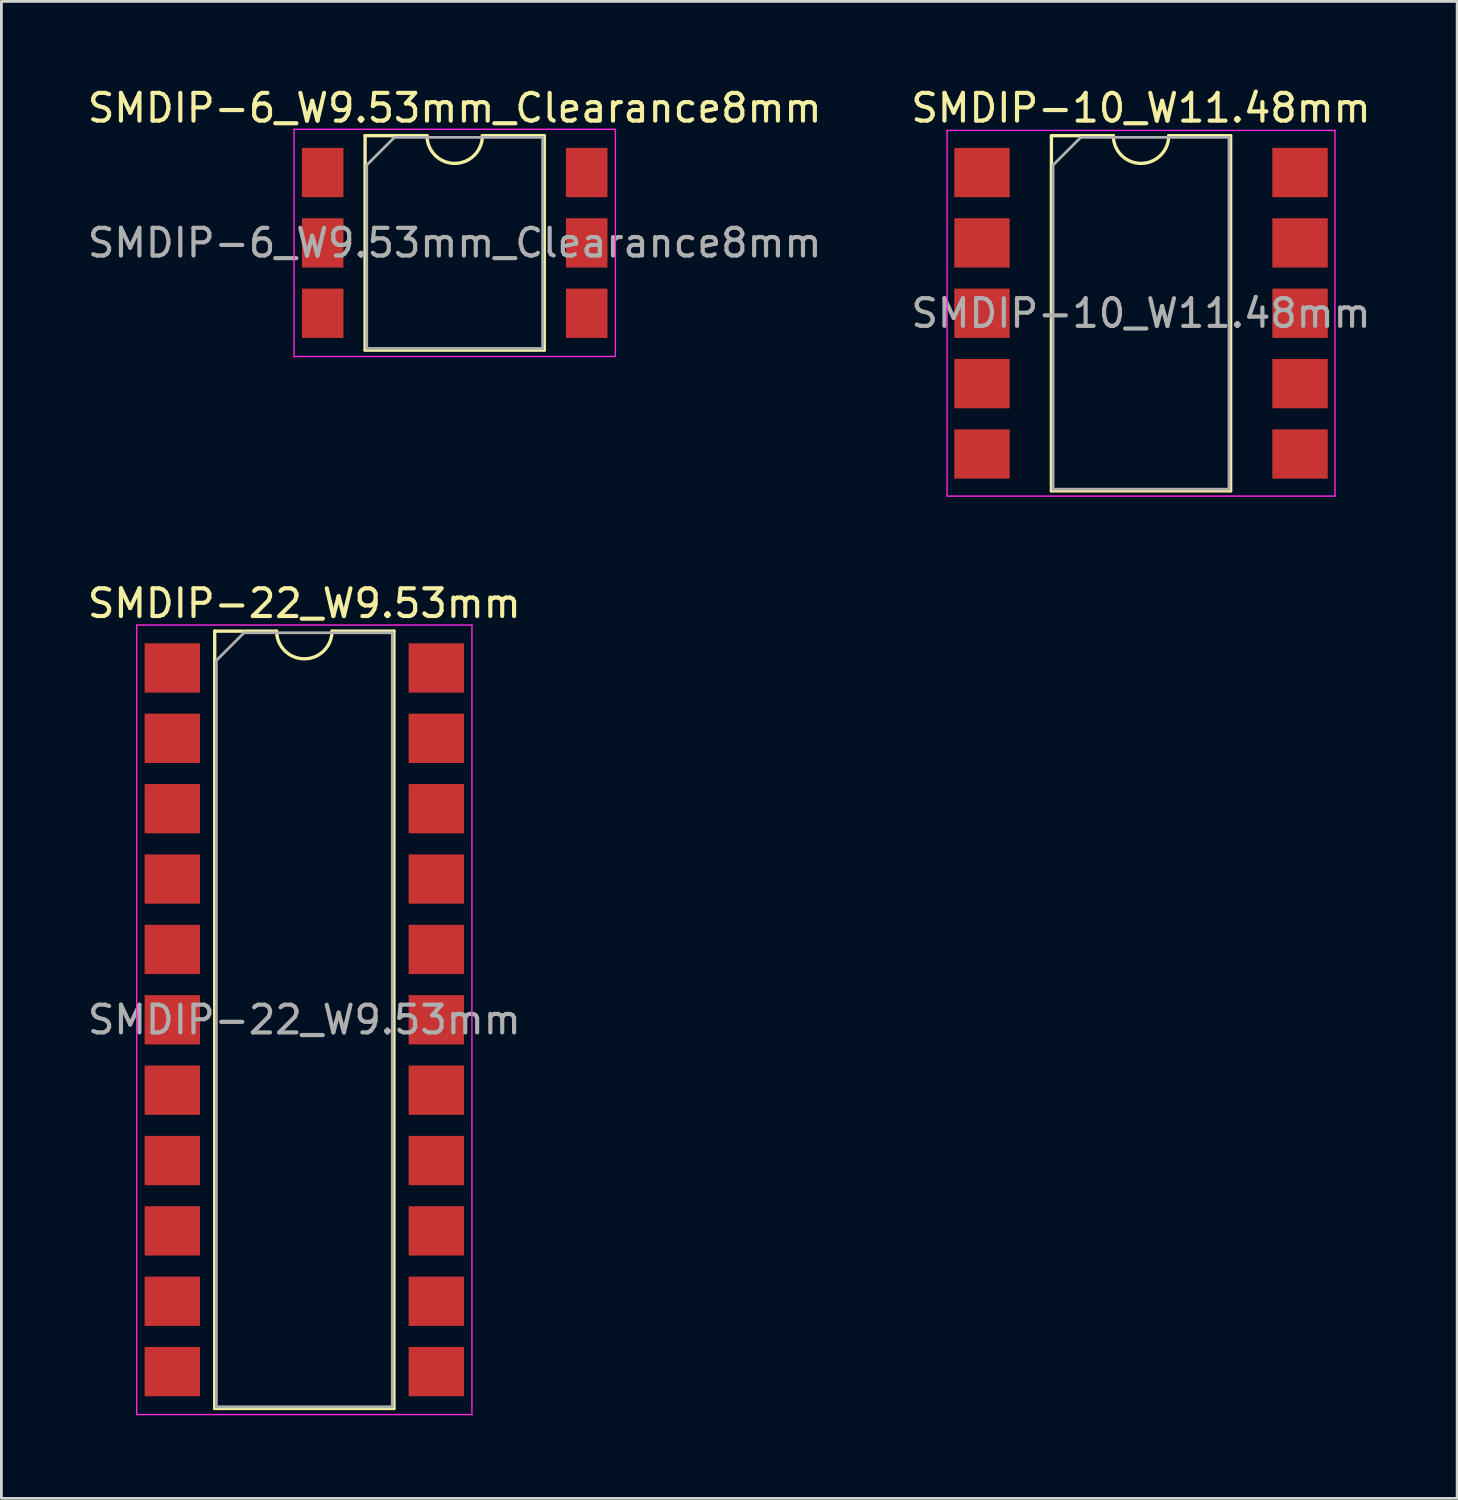
<source format=kicad_pcb>
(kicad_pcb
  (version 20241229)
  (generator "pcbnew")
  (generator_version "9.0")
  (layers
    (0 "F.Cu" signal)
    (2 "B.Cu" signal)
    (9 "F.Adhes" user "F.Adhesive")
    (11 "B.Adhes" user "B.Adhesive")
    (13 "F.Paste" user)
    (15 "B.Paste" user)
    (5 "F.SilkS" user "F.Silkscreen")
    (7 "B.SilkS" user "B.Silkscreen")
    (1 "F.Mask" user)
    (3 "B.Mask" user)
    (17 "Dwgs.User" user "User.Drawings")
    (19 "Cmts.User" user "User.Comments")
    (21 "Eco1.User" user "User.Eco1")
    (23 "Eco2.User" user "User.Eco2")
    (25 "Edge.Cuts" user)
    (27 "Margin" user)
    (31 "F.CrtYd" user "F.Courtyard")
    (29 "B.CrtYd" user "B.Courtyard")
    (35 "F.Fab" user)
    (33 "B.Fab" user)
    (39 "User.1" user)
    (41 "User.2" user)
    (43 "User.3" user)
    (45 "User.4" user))
  (footprint "SMDIP-22_W9.53mm"
    (layer "F.Cu")
    (at 7.935 33.761)
    (property "Reference" "SMDIP-22_W9.53mm" (at 0 -15.03 0) (layer "F.SilkS") (effects (font (size 1 1) (thickness 0.15))))
    (attr smd)
    (fp_line (start -3.235 -14.03) (end -3.235 14.03) (stroke (width 0.12) (type solid)) (layer "F.SilkS"))
    (fp_line (start -3.235 14.03) (end 3.235 14.03) (stroke (width 0.12) (type solid)) (layer "F.SilkS"))
    (fp_line (start -1 -14.03) (end -3.235 -14.03) (stroke (width 0.12) (type solid)) (layer "F.SilkS"))
    (fp_line (start 3.235 -14.03) (end 1 -14.03) (stroke (width 0.12) (type solid)) (layer "F.SilkS"))
    (fp_line (start 3.235 14.03) (end 3.235 -14.03) (stroke (width 0.12) (type solid)) (layer "F.SilkS"))
    (fp_arc (start 1 -14.03) (mid 0 -13.03) (end -1 -14.03) (stroke (width 0.12) (type solid)) (layer "F.SilkS"))
    (fp_line (start -6.05 -14.25) (end -6.05 14.25) (stroke (width 0.05) (type solid)) (layer "F.CrtYd"))
    (fp_line (start -6.05 14.25) (end 6.05 14.25) (stroke (width 0.05) (type solid)) (layer "F.CrtYd"))
    (fp_line (start 6.05 -14.25) (end -6.05 -14.25) (stroke (width 0.05) (type solid)) (layer "F.CrtYd"))
    (fp_line (start 6.05 14.25) (end 6.05 -14.25) (stroke (width 0.05) (type solid)) (layer "F.CrtYd"))
    (fp_line (start -3.175 -12.97) (end -2.175 -13.97) (stroke (width 0.1) (type solid)) (layer "F.Fab"))
    (fp_line (start -3.175 13.97) (end -3.175 -12.97) (stroke (width 0.1) (type solid)) (layer "F.Fab"))
    (fp_line (start -2.175 -13.97) (end 3.175 -13.97) (stroke (width 0.1) (type solid)) (layer "F.Fab"))
    (fp_line (start 3.175 -13.97) (end 3.175 13.97) (stroke (width 0.1) (type solid)) (layer "F.Fab"))
    (fp_line (start 3.175 13.97) (end -3.175 13.97) (stroke (width 0.1) (type solid)) (layer "F.Fab"))
    (fp_text user "${REFERENCE}" (at 0 0 0) (layer "F.Fab") (effects (font (size 1 1) (thickness 0.15))))
    (pad "1" smd rect (at -4.765 -12.7) (size 2 1.78) (layers "F.Cu" "F.Mask" "F.Paste"))
    (pad "2" smd rect (at -4.765 -10.16) (size 2 1.78) (layers "F.Cu" "F.Mask" "F.Paste"))
    (pad "3" smd rect (at -4.765 -7.62) (size 2 1.78) (layers "F.Cu" "F.Mask" "F.Paste"))
    (pad "4" smd rect (at -4.765 -5.08) (size 2 1.78) (layers "F.Cu" "F.Mask" "F.Paste"))
    (pad "5" smd rect (at -4.765 -2.54) (size 2 1.78) (layers "F.Cu" "F.Mask" "F.Paste"))
    (pad "6" smd rect (at -4.765 0) (size 2 1.78) (layers "F.Cu" "F.Mask" "F.Paste"))
    (pad "7" smd rect (at -4.765 2.54) (size 2 1.78) (layers "F.Cu" "F.Mask" "F.Paste"))
    (pad "8" smd rect (at -4.765 5.08) (size 2 1.78) (layers "F.Cu" "F.Mask" "F.Paste"))
    (pad "9" smd rect (at -4.765 7.62) (size 2 1.78) (layers "F.Cu" "F.Mask" "F.Paste"))
    (pad "10" smd rect (at -4.765 10.16) (size 2 1.78) (layers "F.Cu" "F.Mask" "F.Paste"))
    (pad "11" smd rect (at -4.765 12.7) (size 2 1.78) (layers "F.Cu" "F.Mask" "F.Paste"))
    (pad "12" smd rect (at 4.765 12.7) (size 2 1.78) (layers "F.Cu" "F.Mask" "F.Paste"))
    (pad "13" smd rect (at 4.765 10.16) (size 2 1.78) (layers "F.Cu" "F.Mask" "F.Paste"))
    (pad "14" smd rect (at 4.765 7.62) (size 2 1.78) (layers "F.Cu" "F.Mask" "F.Paste"))
    (pad "15" smd rect (at 4.765 5.08) (size 2 1.78) (layers "F.Cu" "F.Mask" "F.Paste"))
    (pad "16" smd rect (at 4.765 2.54) (size 2 1.78) (layers "F.Cu" "F.Mask" "F.Paste"))
    (pad "17" smd rect (at 4.765 0) (size 2 1.78) (layers "F.Cu" "F.Mask" "F.Paste"))
    (pad "18" smd rect (at 4.765 -2.54) (size 2 1.78) (layers "F.Cu" "F.Mask" "F.Paste"))
    (pad "19" smd rect (at 4.765 -5.08) (size 2 1.78) (layers "F.Cu" "F.Mask" "F.Paste"))
    (pad "20" smd rect (at 4.765 -7.62) (size 2 1.78) (layers "F.Cu" "F.Mask" "F.Paste"))
    (pad "21" smd rect (at 4.765 -10.16) (size 2 1.78) (layers "F.Cu" "F.Mask" "F.Paste"))
    (pad "22" smd rect (at 4.765 -12.7) (size 2 1.78) (layers "F.Cu" "F.Mask" "F.Paste")))
  (footprint "SMDIP-6_W9.53mm_Clearance8mm"
    (layer "F.Cu")
    (at 13.363 5.718)
    (property "Reference" "SMDIP-6_W9.53mm_Clearance8mm" (at 0 -4.87 0) (layer "F.SilkS") (effects (font (size 1 1) (thickness 0.15))))
    (attr smd)
    (fp_line (start -3.235 -3.87) (end -3.235 3.87) (stroke (width 0.12) (type solid)) (layer "F.SilkS"))
    (fp_line (start -3.235 3.87) (end 3.235 3.87) (stroke (width 0.12) (type solid)) (layer "F.SilkS"))
    (fp_line (start -1 -3.87) (end -3.235 -3.87) (stroke (width 0.12) (type solid)) (layer "F.SilkS"))
    (fp_line (start 3.235 -3.87) (end 1 -3.87) (stroke (width 0.12) (type solid)) (layer "F.SilkS"))
    (fp_line (start 3.235 3.87) (end 3.235 -3.87) (stroke (width 0.12) (type solid)) (layer "F.SilkS"))
    (fp_arc (start 1 -3.87) (mid 0 -2.87) (end -1 -3.87) (stroke (width 0.12) (type solid)) (layer "F.SilkS"))
    (fp_line (start -5.8 -4.1) (end -5.8 4.1) (stroke (width 0.05) (type solid)) (layer "F.CrtYd"))
    (fp_line (start -5.8 4.1) (end 5.8 4.1) (stroke (width 0.05) (type solid)) (layer "F.CrtYd"))
    (fp_line (start 5.8 -4.1) (end -5.8 -4.1) (stroke (width 0.05) (type solid)) (layer "F.CrtYd"))
    (fp_line (start 5.8 4.1) (end 5.8 -4.1) (stroke (width 0.05) (type solid)) (layer "F.CrtYd"))
    (fp_line (start -3.175 -2.81) (end -2.175 -3.81) (stroke (width 0.1) (type solid)) (layer "F.Fab"))
    (fp_line (start -3.175 3.81) (end -3.175 -2.81) (stroke (width 0.1) (type solid)) (layer "F.Fab"))
    (fp_line (start -2.175 -3.81) (end 3.175 -3.81) (stroke (width 0.1) (type solid)) (layer "F.Fab"))
    (fp_line (start 3.175 -3.81) (end 3.175 3.81) (stroke (width 0.1) (type solid)) (layer "F.Fab"))
    (fp_line (start 3.175 3.81) (end -3.175 3.81) (stroke (width 0.1) (type solid)) (layer "F.Fab"))
    (fp_text user "${REFERENCE}" (at 0 0 0) (layer "F.Fab") (effects (font (size 1 1) (thickness 0.15))))
    (pad "1" smd rect (at -4.765 -2.54) (size 1.5 1.78) (layers "F.Cu" "F.Mask" "F.Paste"))
    (pad "2" smd rect (at -4.765 0) (size 1.5 1.78) (layers "F.Cu" "F.Mask" "F.Paste"))
    (pad "3" smd rect (at -4.765 2.54) (size 1.5 1.78) (layers "F.Cu" "F.Mask" "F.Paste"))
    (pad "4" smd rect (at 4.765 2.54) (size 1.5 1.78) (layers "F.Cu" "F.Mask" "F.Paste"))
    (pad "5" smd rect (at 4.765 0) (size 1.5 1.78) (layers "F.Cu" "F.Mask" "F.Paste"))
    (pad "6" smd rect (at 4.765 -2.54) (size 1.5 1.78) (layers "F.Cu" "F.Mask" "F.Paste")))
  (footprint "SMDIP-10_W11.48mm"
    (layer "F.Cu")
    (at 38.137 8.258)
    (property "Reference" "SMDIP-10_W11.48mm" (at 0 -7.41 0) (layer "F.SilkS") (effects (font (size 1 1) (thickness 0.15))))
    (attr smd)
    (fp_line (start -3.235 -6.41) (end -3.235 6.41) (stroke (width 0.12) (type solid)) (layer "F.SilkS"))
    (fp_line (start -3.235 6.41) (end 3.235 6.41) (stroke (width 0.12) (type solid)) (layer "F.SilkS"))
    (fp_line (start -1 -6.41) (end -3.235 -6.41) (stroke (width 0.12) (type solid)) (layer "F.SilkS"))
    (fp_line (start 3.235 -6.41) (end 1 -6.41) (stroke (width 0.12) (type solid)) (layer "F.SilkS"))
    (fp_line (start 3.235 6.41) (end 3.235 -6.41) (stroke (width 0.12) (type solid)) (layer "F.SilkS"))
    (fp_arc (start 1 -6.41) (mid 0 -5.41) (end -1 -6.41) (stroke (width 0.12) (type solid)) (layer "F.SilkS"))
    (fp_line (start -7 -6.6) (end -7 6.6) (stroke (width 0.05) (type solid)) (layer "F.CrtYd"))
    (fp_line (start -7 6.6) (end 7 6.6) (stroke (width 0.05) (type solid)) (layer "F.CrtYd"))
    (fp_line (start 7 -6.6) (end -7 -6.6) (stroke (width 0.05) (type solid)) (layer "F.CrtYd"))
    (fp_line (start 7 6.6) (end 7 -6.6) (stroke (width 0.05) (type solid)) (layer "F.CrtYd"))
    (fp_line (start -3.175 -5.35) (end -2.175 -6.35) (stroke (width 0.1) (type solid)) (layer "F.Fab"))
    (fp_line (start -3.175 6.35) (end -3.175 -5.35) (stroke (width 0.1) (type solid)) (layer "F.Fab"))
    (fp_line (start -2.175 -6.35) (end 3.175 -6.35) (stroke (width 0.1) (type solid)) (layer "F.Fab"))
    (fp_line (start 3.175 -6.35) (end 3.175 6.35) (stroke (width 0.1) (type solid)) (layer "F.Fab"))
    (fp_line (start 3.175 6.35) (end -3.175 6.35) (stroke (width 0.1) (type solid)) (layer "F.Fab"))
    (fp_text user "${REFERENCE}" (at 0 0 0) (layer "F.Fab") (effects (font (size 1 1) (thickness 0.15))))
    (pad "1" smd rect (at -5.74 -5.08) (size 2 1.78) (layers "F.Cu" "F.Mask" "F.Paste"))
    (pad "2" smd rect (at -5.74 -2.54) (size 2 1.78) (layers "F.Cu" "F.Mask" "F.Paste"))
    (pad "3" smd rect (at -5.74 0) (size 2 1.78) (layers "F.Cu" "F.Mask" "F.Paste"))
    (pad "4" smd rect (at -5.74 2.54) (size 2 1.78) (layers "F.Cu" "F.Mask" "F.Paste"))
    (pad "5" smd rect (at -5.74 5.08) (size 2 1.78) (layers "F.Cu" "F.Mask" "F.Paste"))
    (pad "6" smd rect (at 5.74 5.08) (size 2 1.78) (layers "F.Cu" "F.Mask" "F.Paste"))
    (pad "7" smd rect (at 5.74 2.54) (size 2 1.78) (layers "F.Cu" "F.Mask" "F.Paste"))
    (pad "8" smd rect (at 5.74 0) (size 2 1.78) (layers "F.Cu" "F.Mask" "F.Paste"))
    (pad "9" smd rect (at 5.74 -2.54) (size 2 1.78) (layers "F.Cu" "F.Mask" "F.Paste"))
    (pad "10" smd rect (at 5.74 -5.08) (size 2 1.78) (layers "F.Cu" "F.Mask" "F.Paste")))
  (gr_rect
    (start -3 -3)
    (end 49.548 51.036)
    (stroke (width 0.1) (type default))
    (fill no)
    (layer "Edge.Cuts")))
</source>
